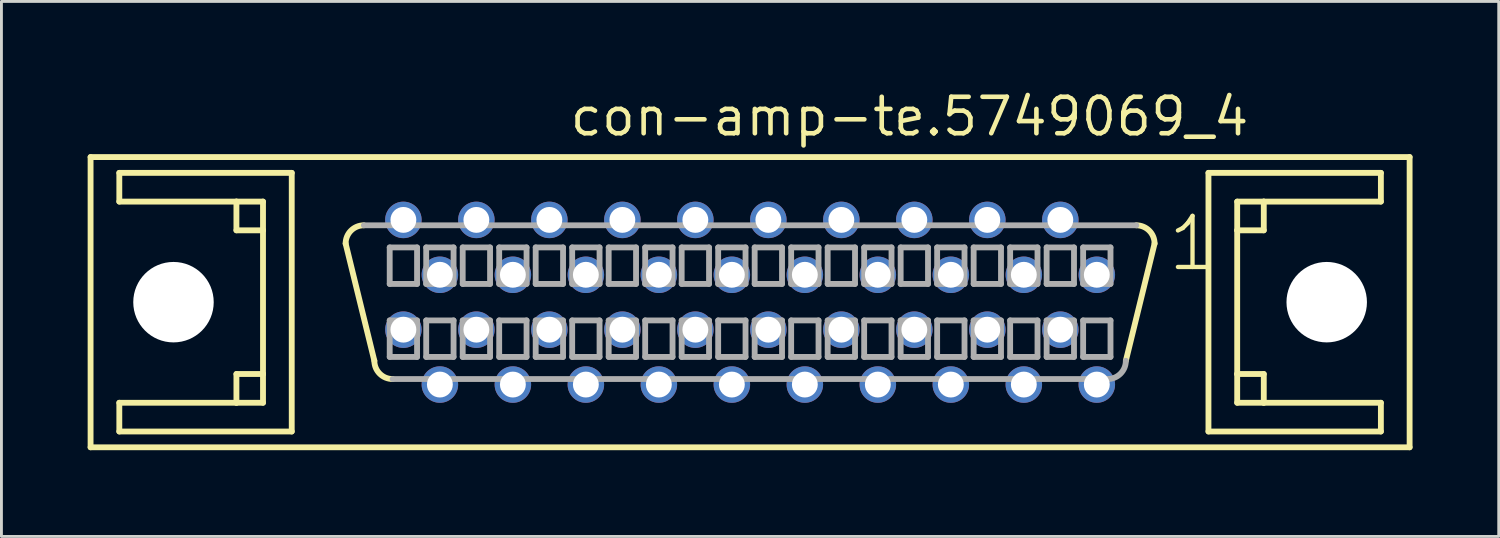
<source format=kicad_pcb>
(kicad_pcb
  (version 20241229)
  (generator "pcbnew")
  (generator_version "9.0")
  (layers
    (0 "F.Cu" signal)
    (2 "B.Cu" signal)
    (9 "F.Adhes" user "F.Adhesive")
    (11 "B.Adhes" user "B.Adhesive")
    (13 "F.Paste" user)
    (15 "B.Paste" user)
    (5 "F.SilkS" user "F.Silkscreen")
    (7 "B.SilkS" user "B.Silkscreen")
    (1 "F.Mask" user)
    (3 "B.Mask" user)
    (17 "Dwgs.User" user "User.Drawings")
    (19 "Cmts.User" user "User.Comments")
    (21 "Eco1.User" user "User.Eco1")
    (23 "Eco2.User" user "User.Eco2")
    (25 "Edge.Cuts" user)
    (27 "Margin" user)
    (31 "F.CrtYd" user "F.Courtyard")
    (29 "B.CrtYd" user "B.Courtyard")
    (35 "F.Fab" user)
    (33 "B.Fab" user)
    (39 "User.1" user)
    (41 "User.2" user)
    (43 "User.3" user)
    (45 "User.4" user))
  (footprint "con-amp-te.5749069_4"
    (layer "F.Cu")
    (at 23.052 7.465)
    (property "Reference" "con-amp-te.5749069_4" (at -6.35 -5.715 0) (layer "F.SilkS") (effects (font (size 1.27 1.27) (thickness 0.16)) (justify left bottom)))
    (attr through_hole)
    (fp_line (start -22.95 -5.05) (end 22.95 -5.05) (stroke (width 0.203) (type default)) (layer "F.SilkS"))
    (fp_line (start -22.95 5.05) (end -22.95 -5.05) (stroke (width 0.203) (type default)) (layer "F.SilkS"))
    (fp_line (start -21.95 -4.5) (end -21.95 -3.5) (stroke (width 0.203) (type default)) (layer "F.SilkS"))
    (fp_line (start -21.95 -3.5) (end -17.875 -3.5) (stroke (width 0.203) (type default)) (layer "F.SilkS"))
    (fp_line (start -21.95 3.5) (end -21.95 4.5) (stroke (width 0.203) (type default)) (layer "F.SilkS"))
    (fp_line (start -21.95 4.5) (end -15.95 4.5) (stroke (width 0.203) (type default)) (layer "F.SilkS"))
    (fp_line (start -17.875 -3.5) (end -17.875 -2.5) (stroke (width 0.203) (type default)) (layer "F.SilkS"))
    (fp_line (start -17.875 -3.5) (end -16.95 -3.5) (stroke (width 0.203) (type default)) (layer "F.SilkS"))
    (fp_line (start -17.875 -2.5) (end -16.95 -2.5) (stroke (width 0.203) (type default)) (layer "F.SilkS"))
    (fp_line (start -17.875 2.5) (end -17.875 3.5) (stroke (width 0.203) (type default)) (layer "F.SilkS"))
    (fp_line (start -17.875 3.5) (end -21.95 3.5) (stroke (width 0.203) (type default)) (layer "F.SilkS"))
    (fp_line (start -16.95 -3.5) (end -16.95 -2.5) (stroke (width 0.203) (type default)) (layer "F.SilkS"))
    (fp_line (start -16.95 -2.5) (end -16.95 2.5) (stroke (width 0.203) (type default)) (layer "F.SilkS"))
    (fp_line (start -16.95 2.5) (end -17.875 2.5) (stroke (width 0.203) (type default)) (layer "F.SilkS"))
    (fp_line (start -16.95 2.5) (end -16.95 3.5) (stroke (width 0.203) (type default)) (layer "F.SilkS"))
    (fp_line (start -16.95 3.5) (end -17.875 3.5) (stroke (width 0.203) (type default)) (layer "F.SilkS"))
    (fp_line (start -15.95 -4.5) (end -21.95 -4.5) (stroke (width 0.203) (type default)) (layer "F.SilkS"))
    (fp_line (start -15.95 4.5) (end -15.95 -4.5) (stroke (width 0.203) (type default)) (layer "F.SilkS"))
    (fp_line (start -13.075 2.04) (end -14.075 -2.04) (stroke (width 0.203) (type default)) (layer "F.SilkS"))
    (fp_line (start 14.075 -2.04) (end 13.075 2.04) (stroke (width 0.203) (type default)) (layer "F.SilkS"))
    (fp_line (start 15.95 -4.5) (end 15.95 4.5) (stroke (width 0.203) (type default)) (layer "F.SilkS"))
    (fp_line (start 15.95 4.5) (end 21.95 4.5) (stroke (width 0.203) (type default)) (layer "F.SilkS"))
    (fp_line (start 16.95 -3.5) (end 17.875 -3.5) (stroke (width 0.203) (type default)) (layer "F.SilkS"))
    (fp_line (start 16.95 -2.5) (end 16.95 -3.5) (stroke (width 0.203) (type default)) (layer "F.SilkS"))
    (fp_line (start 16.95 -2.5) (end 17.875 -2.5) (stroke (width 0.203) (type default)) (layer "F.SilkS"))
    (fp_line (start 16.95 2.5) (end 16.95 -2.5) (stroke (width 0.203) (type default)) (layer "F.SilkS"))
    (fp_line (start 16.95 3.5) (end 16.95 2.5) (stroke (width 0.203) (type default)) (layer "F.SilkS"))
    (fp_line (start 17.875 -3.5) (end 21.95 -3.5) (stroke (width 0.203) (type default)) (layer "F.SilkS"))
    (fp_line (start 17.875 -2.5) (end 17.875 -3.5) (stroke (width 0.203) (type default)) (layer "F.SilkS"))
    (fp_line (start 17.875 2.5) (end 16.95 2.5) (stroke (width 0.203) (type default)) (layer "F.SilkS"))
    (fp_line (start 17.875 3.5) (end 16.95 3.5) (stroke (width 0.203) (type default)) (layer "F.SilkS"))
    (fp_line (start 17.875 3.5) (end 17.875 2.5) (stroke (width 0.203) (type default)) (layer "F.SilkS"))
    (fp_line (start 21.95 -4.5) (end 15.95 -4.5) (stroke (width 0.203) (type default)) (layer "F.SilkS"))
    (fp_line (start 21.95 -3.5) (end 21.95 -4.5) (stroke (width 0.203) (type default)) (layer "F.SilkS"))
    (fp_line (start 21.95 3.5) (end 17.875 3.5) (stroke (width 0.203) (type default)) (layer "F.SilkS"))
    (fp_line (start 21.95 4.5) (end 21.95 3.5) (stroke (width 0.203) (type default)) (layer "F.SilkS"))
    (fp_line (start 22.95 -5.05) (end 22.95 5.05) (stroke (width 0.203) (type default)) (layer "F.SilkS"))
    (fp_line (start 22.95 5.05) (end -22.95 5.05) (stroke (width 0.203) (type default)) (layer "F.SilkS"))
    (fp_arc (start -14.075 -2.04) (mid -13.889013 -2.489013) (end -13.44 -2.675) (stroke (width 0.2032) (type default)) (layer "F.SilkS"))
    (fp_arc (start -12.44 2.675) (mid -12.889013 2.489013) (end -13.075 2.04) (stroke (width 0.2032) (type default)) (layer "F.SilkS"))
    (fp_arc (start 13.44 -2.675) (mid 13.889013 -2.489013) (end 14.075 -2.04) (stroke (width 0.2032) (type default)) (layer "F.SilkS"))
    (fp_line (start -13.44 -2.675) (end 13.44 -2.675) (stroke (width 0.203) (type default)) (layer "F.Fab"))
    (fp_line (start -12.541 -1.905) (end -12.541 -0.635) (stroke (width 0.203) (type default)) (layer "F.Fab"))
    (fp_line (start -12.541 -0.635) (end -11.589 -0.635) (stroke (width 0.203) (type default)) (layer "F.Fab"))
    (fp_line (start -12.541 0.635) (end -12.541 1.905) (stroke (width 0.203) (type default)) (layer "F.Fab"))
    (fp_line (start -12.541 1.905) (end -11.589 1.905) (stroke (width 0.203) (type default)) (layer "F.Fab"))
    (fp_line (start -11.589 -1.905) (end -12.541 -1.905) (stroke (width 0.203) (type default)) (layer "F.Fab"))
    (fp_line (start -11.589 -0.635) (end -11.589 -1.905) (stroke (width 0.203) (type default)) (layer "F.Fab"))
    (fp_line (start -11.589 0.635) (end -12.541 0.635) (stroke (width 0.203) (type default)) (layer "F.Fab"))
    (fp_line (start -11.589 1.905) (end -11.589 0.635) (stroke (width 0.203) (type default)) (layer "F.Fab"))
    (fp_line (start -11.271 -1.905) (end -11.271 -0.635) (stroke (width 0.203) (type default)) (layer "F.Fab"))
    (fp_line (start -11.271 -0.635) (end -10.319 -0.635) (stroke (width 0.203) (type default)) (layer "F.Fab"))
    (fp_line (start -11.271 0.635) (end -11.271 1.905) (stroke (width 0.203) (type default)) (layer "F.Fab"))
    (fp_line (start -11.271 1.905) (end -10.319 1.905) (stroke (width 0.203) (type default)) (layer "F.Fab"))
    (fp_line (start -10.319 -1.905) (end -11.271 -1.905) (stroke (width 0.203) (type default)) (layer "F.Fab"))
    (fp_line (start -10.319 -0.635) (end -10.319 -1.905) (stroke (width 0.203) (type default)) (layer "F.Fab"))
    (fp_line (start -10.319 0.635) (end -11.271 0.635) (stroke (width 0.203) (type default)) (layer "F.Fab"))
    (fp_line (start -10.319 1.905) (end -10.319 0.635) (stroke (width 0.203) (type default)) (layer "F.Fab"))
    (fp_line (start -10.001 -1.905) (end -10.001 -0.635) (stroke (width 0.203) (type default)) (layer "F.Fab"))
    (fp_line (start -10.001 -0.635) (end -9.049 -0.635) (stroke (width 0.203) (type default)) (layer "F.Fab"))
    (fp_line (start -10.001 0.635) (end -10.001 1.905) (stroke (width 0.203) (type default)) (layer "F.Fab"))
    (fp_line (start -10.001 1.905) (end -9.049 1.905) (stroke (width 0.203) (type default)) (layer "F.Fab"))
    (fp_line (start -9.049 -1.905) (end -10.001 -1.905) (stroke (width 0.203) (type default)) (layer "F.Fab"))
    (fp_line (start -9.049 -0.635) (end -9.049 -1.905) (stroke (width 0.203) (type default)) (layer "F.Fab"))
    (fp_line (start -9.049 0.635) (end -10.001 0.635) (stroke (width 0.203) (type default)) (layer "F.Fab"))
    (fp_line (start -9.049 1.905) (end -9.049 0.635) (stroke (width 0.203) (type default)) (layer "F.Fab"))
    (fp_line (start -8.731 -1.905) (end -8.731 -0.635) (stroke (width 0.203) (type default)) (layer "F.Fab"))
    (fp_line (start -8.731 -0.635) (end -7.779 -0.635) (stroke (width 0.203) (type default)) (layer "F.Fab"))
    (fp_line (start -8.731 0.635) (end -8.731 1.905) (stroke (width 0.203) (type default)) (layer "F.Fab"))
    (fp_line (start -8.731 1.905) (end -7.779 1.905) (stroke (width 0.203) (type default)) (layer "F.Fab"))
    (fp_line (start -7.779 -1.905) (end -8.731 -1.905) (stroke (width 0.203) (type default)) (layer "F.Fab"))
    (fp_line (start -7.779 -0.635) (end -7.779 -1.905) (stroke (width 0.203) (type default)) (layer "F.Fab"))
    (fp_line (start -7.779 0.635) (end -8.731 0.635) (stroke (width 0.203) (type default)) (layer "F.Fab"))
    (fp_line (start -7.779 1.905) (end -7.779 0.635) (stroke (width 0.203) (type default)) (layer "F.Fab"))
    (fp_line (start -7.461 -1.905) (end -7.461 -0.635) (stroke (width 0.203) (type default)) (layer "F.Fab"))
    (fp_line (start -7.461 -0.635) (end -6.509 -0.635) (stroke (width 0.203) (type default)) (layer "F.Fab"))
    (fp_line (start -7.461 0.635) (end -7.461 1.905) (stroke (width 0.203) (type default)) (layer "F.Fab"))
    (fp_line (start -7.461 1.905) (end -6.509 1.905) (stroke (width 0.203) (type default)) (layer "F.Fab"))
    (fp_line (start -6.509 -1.905) (end -7.461 -1.905) (stroke (width 0.203) (type default)) (layer "F.Fab"))
    (fp_line (start -6.509 -0.635) (end -6.509 -1.905) (stroke (width 0.203) (type default)) (layer "F.Fab"))
    (fp_line (start -6.509 0.635) (end -7.461 0.635) (stroke (width 0.203) (type default)) (layer "F.Fab"))
    (fp_line (start -6.509 1.905) (end -6.509 0.635) (stroke (width 0.203) (type default)) (layer "F.Fab"))
    (fp_line (start -6.191 -1.905) (end -6.191 -0.635) (stroke (width 0.203) (type default)) (layer "F.Fab"))
    (fp_line (start -6.191 -0.635) (end -5.239 -0.635) (stroke (width 0.203) (type default)) (layer "F.Fab"))
    (fp_line (start -6.191 0.635) (end -6.191 1.905) (stroke (width 0.203) (type default)) (layer "F.Fab"))
    (fp_line (start -6.191 1.905) (end -5.239 1.905) (stroke (width 0.203) (type default)) (layer "F.Fab"))
    (fp_line (start -5.239 -1.905) (end -6.191 -1.905) (stroke (width 0.203) (type default)) (layer "F.Fab"))
    (fp_line (start -5.239 -0.635) (end -5.239 -1.905) (stroke (width 0.203) (type default)) (layer "F.Fab"))
    (fp_line (start -5.239 0.635) (end -6.191 0.635) (stroke (width 0.203) (type default)) (layer "F.Fab"))
    (fp_line (start -5.239 1.905) (end -5.239 0.635) (stroke (width 0.203) (type default)) (layer "F.Fab"))
    (fp_line (start -4.921 -1.905) (end -4.921 -0.635) (stroke (width 0.203) (type default)) (layer "F.Fab"))
    (fp_line (start -4.921 -0.635) (end -3.969 -0.635) (stroke (width 0.203) (type default)) (layer "F.Fab"))
    (fp_line (start -4.921 0.635) (end -4.921 1.905) (stroke (width 0.203) (type default)) (layer "F.Fab"))
    (fp_line (start -4.921 1.905) (end -3.969 1.905) (stroke (width 0.203) (type default)) (layer "F.Fab"))
    (fp_line (start -3.969 -1.905) (end -4.921 -1.905) (stroke (width 0.203) (type default)) (layer "F.Fab"))
    (fp_line (start -3.969 -0.635) (end -3.969 -1.905) (stroke (width 0.203) (type default)) (layer "F.Fab"))
    (fp_line (start -3.969 0.635) (end -4.921 0.635) (stroke (width 0.203) (type default)) (layer "F.Fab"))
    (fp_line (start -3.969 1.905) (end -3.969 0.635) (stroke (width 0.203) (type default)) (layer "F.Fab"))
    (fp_line (start -3.651 -1.905) (end -3.651 -0.635) (stroke (width 0.203) (type default)) (layer "F.Fab"))
    (fp_line (start -3.651 -0.635) (end -2.699 -0.635) (stroke (width 0.203) (type default)) (layer "F.Fab"))
    (fp_line (start -3.651 0.635) (end -3.651 1.905) (stroke (width 0.203) (type default)) (layer "F.Fab"))
    (fp_line (start -3.651 1.905) (end -2.699 1.905) (stroke (width 0.203) (type default)) (layer "F.Fab"))
    (fp_line (start -2.699 -1.905) (end -3.651 -1.905) (stroke (width 0.203) (type default)) (layer "F.Fab"))
    (fp_line (start -2.699 -0.635) (end -2.699 -1.905) (stroke (width 0.203) (type default)) (layer "F.Fab"))
    (fp_line (start -2.699 0.635) (end -3.651 0.635) (stroke (width 0.203) (type default)) (layer "F.Fab"))
    (fp_line (start -2.699 1.905) (end -2.699 0.635) (stroke (width 0.203) (type default)) (layer "F.Fab"))
    (fp_line (start -2.381 -1.905) (end -2.381 -0.635) (stroke (width 0.203) (type default)) (layer "F.Fab"))
    (fp_line (start -2.381 -0.635) (end -1.429 -0.635) (stroke (width 0.203) (type default)) (layer "F.Fab"))
    (fp_line (start -2.381 0.635) (end -2.381 1.905) (stroke (width 0.203) (type default)) (layer "F.Fab"))
    (fp_line (start -2.381 1.905) (end -1.429 1.905) (stroke (width 0.203) (type default)) (layer "F.Fab"))
    (fp_line (start -1.429 -1.905) (end -2.381 -1.905) (stroke (width 0.203) (type default)) (layer "F.Fab"))
    (fp_line (start -1.429 -0.635) (end -1.429 -1.905) (stroke (width 0.203) (type default)) (layer "F.Fab"))
    (fp_line (start -1.429 0.635) (end -2.381 0.635) (stroke (width 0.203) (type default)) (layer "F.Fab"))
    (fp_line (start -1.429 1.905) (end -1.429 0.635) (stroke (width 0.203) (type default)) (layer "F.Fab"))
    (fp_line (start -1.111 -1.905) (end -1.111 -0.635) (stroke (width 0.203) (type default)) (layer "F.Fab"))
    (fp_line (start -1.111 -0.635) (end -0.159 -0.635) (stroke (width 0.203) (type default)) (layer "F.Fab"))
    (fp_line (start -1.111 0.635) (end -1.111 1.905) (stroke (width 0.203) (type default)) (layer "F.Fab"))
    (fp_line (start -1.111 1.905) (end -0.159 1.905) (stroke (width 0.203) (type default)) (layer "F.Fab"))
    (fp_line (start -0.159 -1.905) (end -1.111 -1.905) (stroke (width 0.203) (type default)) (layer "F.Fab"))
    (fp_line (start -0.159 -0.635) (end -0.159 -1.905) (stroke (width 0.203) (type default)) (layer "F.Fab"))
    (fp_line (start -0.159 0.635) (end -1.111 0.635) (stroke (width 0.203) (type default)) (layer "F.Fab"))
    (fp_line (start -0.159 1.905) (end -0.159 0.635) (stroke (width 0.203) (type default)) (layer "F.Fab"))
    (fp_line (start 0.159 -1.905) (end 0.159 -0.635) (stroke (width 0.203) (type default)) (layer "F.Fab"))
    (fp_line (start 0.159 -0.635) (end 1.111 -0.635) (stroke (width 0.203) (type default)) (layer "F.Fab"))
    (fp_line (start 0.159 0.635) (end 0.159 1.905) (stroke (width 0.203) (type default)) (layer "F.Fab"))
    (fp_line (start 0.159 1.905) (end 1.111 1.905) (stroke (width 0.203) (type default)) (layer "F.Fab"))
    (fp_line (start 1.111 -1.905) (end 0.159 -1.905) (stroke (width 0.203) (type default)) (layer "F.Fab"))
    (fp_line (start 1.111 -0.635) (end 1.111 -1.905) (stroke (width 0.203) (type default)) (layer "F.Fab"))
    (fp_line (start 1.111 0.635) (end 0.159 0.635) (stroke (width 0.203) (type default)) (layer "F.Fab"))
    (fp_line (start 1.111 1.905) (end 1.111 0.635) (stroke (width 0.203) (type default)) (layer "F.Fab"))
    (fp_line (start 1.429 -1.905) (end 1.429 -0.635) (stroke (width 0.203) (type default)) (layer "F.Fab"))
    (fp_line (start 1.429 -0.635) (end 2.381 -0.635) (stroke (width 0.203) (type default)) (layer "F.Fab"))
    (fp_line (start 1.429 0.635) (end 1.429 1.905) (stroke (width 0.203) (type default)) (layer "F.Fab"))
    (fp_line (start 1.429 1.905) (end 2.381 1.905) (stroke (width 0.203) (type default)) (layer "F.Fab"))
    (fp_line (start 2.381 -1.905) (end 1.429 -1.905) (stroke (width 0.203) (type default)) (layer "F.Fab"))
    (fp_line (start 2.381 -0.635) (end 2.381 -1.905) (stroke (width 0.203) (type default)) (layer "F.Fab"))
    (fp_line (start 2.381 0.635) (end 1.429 0.635) (stroke (width 0.203) (type default)) (layer "F.Fab"))
    (fp_line (start 2.381 1.905) (end 2.381 0.635) (stroke (width 0.203) (type default)) (layer "F.Fab"))
    (fp_line (start 2.699 -1.905) (end 2.699 -0.635) (stroke (width 0.203) (type default)) (layer "F.Fab"))
    (fp_line (start 2.699 -0.635) (end 3.651 -0.635) (stroke (width 0.203) (type default)) (layer "F.Fab"))
    (fp_line (start 2.699 0.635) (end 2.699 1.905) (stroke (width 0.203) (type default)) (layer "F.Fab"))
    (fp_line (start 2.699 1.905) (end 3.651 1.905) (stroke (width 0.203) (type default)) (layer "F.Fab"))
    (fp_line (start 3.651 -1.905) (end 2.699 -1.905) (stroke (width 0.203) (type default)) (layer "F.Fab"))
    (fp_line (start 3.651 -0.635) (end 3.651 -1.905) (stroke (width 0.203) (type default)) (layer "F.Fab"))
    (fp_line (start 3.651 0.635) (end 2.699 0.635) (stroke (width 0.203) (type default)) (layer "F.Fab"))
    (fp_line (start 3.651 1.905) (end 3.651 0.635) (stroke (width 0.203) (type default)) (layer "F.Fab"))
    (fp_line (start 3.969 -1.905) (end 3.969 -0.635) (stroke (width 0.203) (type default)) (layer "F.Fab"))
    (fp_line (start 3.969 -0.635) (end 4.921 -0.635) (stroke (width 0.203) (type default)) (layer "F.Fab"))
    (fp_line (start 3.969 0.635) (end 3.969 1.905) (stroke (width 0.203) (type default)) (layer "F.Fab"))
    (fp_line (start 3.969 1.905) (end 4.921 1.905) (stroke (width 0.203) (type default)) (layer "F.Fab"))
    (fp_line (start 4.921 -1.905) (end 3.969 -1.905) (stroke (width 0.203) (type default)) (layer "F.Fab"))
    (fp_line (start 4.921 -0.635) (end 4.921 -1.905) (stroke (width 0.203) (type default)) (layer "F.Fab"))
    (fp_line (start 4.921 0.635) (end 3.969 0.635) (stroke (width 0.203) (type default)) (layer "F.Fab"))
    (fp_line (start 4.921 1.905) (end 4.921 0.635) (stroke (width 0.203) (type default)) (layer "F.Fab"))
    (fp_line (start 5.239 -1.905) (end 5.239 -0.635) (stroke (width 0.203) (type default)) (layer "F.Fab"))
    (fp_line (start 5.239 -0.635) (end 6.191 -0.635) (stroke (width 0.203) (type default)) (layer "F.Fab"))
    (fp_line (start 5.239 0.635) (end 5.239 1.905) (stroke (width 0.203) (type default)) (layer "F.Fab"))
    (fp_line (start 5.239 1.905) (end 6.191 1.905) (stroke (width 0.203) (type default)) (layer "F.Fab"))
    (fp_line (start 6.191 -1.905) (end 5.239 -1.905) (stroke (width 0.203) (type default)) (layer "F.Fab"))
    (fp_line (start 6.191 -0.635) (end 6.191 -1.905) (stroke (width 0.203) (type default)) (layer "F.Fab"))
    (fp_line (start 6.191 0.635) (end 5.239 0.635) (stroke (width 0.203) (type default)) (layer "F.Fab"))
    (fp_line (start 6.191 1.905) (end 6.191 0.635) (stroke (width 0.203) (type default)) (layer "F.Fab"))
    (fp_line (start 6.509 -1.905) (end 6.509 -0.635) (stroke (width 0.203) (type default)) (layer "F.Fab"))
    (fp_line (start 6.509 -0.635) (end 7.461 -0.635) (stroke (width 0.203) (type default)) (layer "F.Fab"))
    (fp_line (start 6.509 0.635) (end 6.509 1.905) (stroke (width 0.203) (type default)) (layer "F.Fab"))
    (fp_line (start 6.509 1.905) (end 7.461 1.905) (stroke (width 0.203) (type default)) (layer "F.Fab"))
    (fp_line (start 7.461 -1.905) (end 6.509 -1.905) (stroke (width 0.203) (type default)) (layer "F.Fab"))
    (fp_line (start 7.461 -0.635) (end 7.461 -1.905) (stroke (width 0.203) (type default)) (layer "F.Fab"))
    (fp_line (start 7.461 0.635) (end 6.509 0.635) (stroke (width 0.203) (type default)) (layer "F.Fab"))
    (fp_line (start 7.461 1.905) (end 7.461 0.635) (stroke (width 0.203) (type default)) (layer "F.Fab"))
    (fp_line (start 7.779 -1.905) (end 7.779 -0.635) (stroke (width 0.203) (type default)) (layer "F.Fab"))
    (fp_line (start 7.779 -0.635) (end 8.731 -0.635) (stroke (width 0.203) (type default)) (layer "F.Fab"))
    (fp_line (start 7.779 0.635) (end 7.779 1.905) (stroke (width 0.203) (type default)) (layer "F.Fab"))
    (fp_line (start 7.779 1.905) (end 8.731 1.905) (stroke (width 0.203) (type default)) (layer "F.Fab"))
    (fp_line (start 8.731 -1.905) (end 7.779 -1.905) (stroke (width 0.203) (type default)) (layer "F.Fab"))
    (fp_line (start 8.731 -0.635) (end 8.731 -1.905) (stroke (width 0.203) (type default)) (layer "F.Fab"))
    (fp_line (start 8.731 0.635) (end 7.779 0.635) (stroke (width 0.203) (type default)) (layer "F.Fab"))
    (fp_line (start 8.731 1.905) (end 8.731 0.635) (stroke (width 0.203) (type default)) (layer "F.Fab"))
    (fp_line (start 9.049 -1.905) (end 9.049 -0.635) (stroke (width 0.203) (type default)) (layer "F.Fab"))
    (fp_line (start 9.049 -0.635) (end 10.001 -0.635) (stroke (width 0.203) (type default)) (layer "F.Fab"))
    (fp_line (start 9.049 0.635) (end 9.049 1.905) (stroke (width 0.203) (type default)) (layer "F.Fab"))
    (fp_line (start 9.049 1.905) (end 10.001 1.905) (stroke (width 0.203) (type default)) (layer "F.Fab"))
    (fp_line (start 10.001 -1.905) (end 9.049 -1.905) (stroke (width 0.203) (type default)) (layer "F.Fab"))
    (fp_line (start 10.001 -0.635) (end 10.001 -1.905) (stroke (width 0.203) (type default)) (layer "F.Fab"))
    (fp_line (start 10.001 0.635) (end 9.049 0.635) (stroke (width 0.203) (type default)) (layer "F.Fab"))
    (fp_line (start 10.001 1.905) (end 10.001 0.635) (stroke (width 0.203) (type default)) (layer "F.Fab"))
    (fp_line (start 10.319 -1.905) (end 10.319 -0.635) (stroke (width 0.203) (type default)) (layer "F.Fab"))
    (fp_line (start 10.319 -0.635) (end 11.271 -0.635) (stroke (width 0.203) (type default)) (layer "F.Fab"))
    (fp_line (start 10.319 0.635) (end 10.319 1.905) (stroke (width 0.203) (type default)) (layer "F.Fab"))
    (fp_line (start 10.319 1.905) (end 11.271 1.905) (stroke (width 0.203) (type default)) (layer "F.Fab"))
    (fp_line (start 11.271 -1.905) (end 10.319 -1.905) (stroke (width 0.203) (type default)) (layer "F.Fab"))
    (fp_line (start 11.271 -0.635) (end 11.271 -1.905) (stroke (width 0.203) (type default)) (layer "F.Fab"))
    (fp_line (start 11.271 0.635) (end 10.319 0.635) (stroke (width 0.203) (type default)) (layer "F.Fab"))
    (fp_line (start 11.271 1.905) (end 11.271 0.635) (stroke (width 0.203) (type default)) (layer "F.Fab"))
    (fp_line (start 11.589 -1.905) (end 11.589 -0.635) (stroke (width 0.203) (type default)) (layer "F.Fab"))
    (fp_line (start 11.589 -0.635) (end 12.541 -0.635) (stroke (width 0.203) (type default)) (layer "F.Fab"))
    (fp_line (start 11.589 0.635) (end 11.589 1.905) (stroke (width 0.203) (type default)) (layer "F.Fab"))
    (fp_line (start 11.589 1.905) (end 12.541 1.905) (stroke (width 0.203) (type default)) (layer "F.Fab"))
    (fp_line (start 12.44 2.675) (end -12.44 2.675) (stroke (width 0.203) (type default)) (layer "F.Fab"))
    (fp_line (start 12.541 -1.905) (end 11.589 -1.905) (stroke (width 0.203) (type default)) (layer "F.Fab"))
    (fp_line (start 12.541 -0.635) (end 12.541 -1.905) (stroke (width 0.203) (type default)) (layer "F.Fab"))
    (fp_line (start 12.541 0.635) (end 11.589 0.635) (stroke (width 0.203) (type default)) (layer "F.Fab"))
    (fp_line (start 12.541 1.905) (end 12.541 0.635) (stroke (width 0.203) (type default)) (layer "F.Fab"))
    (fp_arc (start 13.075 2.04) (mid 12.889013 2.489013) (end 12.44 2.675) (stroke (width 0.2032) (type default)) (layer "F.Fab"))
    (fp_text user "1" (at 14.45 -1 0) (layer "F.SilkS") (effects (font (size 1.778 1.778) (thickness 0.15)) (justify left bottom)))
    (pad "" np_thru_hole circle (at -20.065 0) (size 2.8 2.8) (drill 2.8) (layers "*.Cu" "*.Mask"))
    (pad "" np_thru_hole circle (at 20.065 0) (size 2.8 2.8) (drill 2.8) (layers "*.Cu" "*.Mask"))
    (pad "1" thru_hole circle (at 12.065 -0.953) (size 1.27 1.27) (drill 0.9) (layers "*.Cu" "*.Mask"))
    (pad "2" thru_hole circle (at 10.795 -2.863) (size 1.27 1.27) (drill 0.9) (layers "*.Cu" "*.Mask"))
    (pad "3" thru_hole circle (at 9.525 -0.953) (size 1.27 1.27) (drill 0.9) (layers "*.Cu" "*.Mask"))
    (pad "4" thru_hole circle (at 8.255 -2.863) (size 1.27 1.27) (drill 0.9) (layers "*.Cu" "*.Mask"))
    (pad "5" thru_hole circle (at 6.985 -0.953) (size 1.27 1.27) (drill 0.9) (layers "*.Cu" "*.Mask"))
    (pad "6" thru_hole circle (at 5.715 -2.863) (size 1.27 1.27) (drill 0.9) (layers "*.Cu" "*.Mask"))
    (pad "7" thru_hole circle (at 4.445 -0.953) (size 1.27 1.27) (drill 0.9) (layers "*.Cu" "*.Mask"))
    (pad "8" thru_hole circle (at 3.175 -2.863) (size 1.27 1.27) (drill 0.9) (layers "*.Cu" "*.Mask"))
    (pad "9" thru_hole circle (at 1.905 -0.953) (size 1.27 1.27) (drill 0.9) (layers "*.Cu" "*.Mask"))
    (pad "10" thru_hole circle (at 0.635 -2.863) (size 1.27 1.27) (drill 0.9) (layers "*.Cu" "*.Mask"))
    (pad "11" thru_hole circle (at -0.635 -0.953) (size 1.27 1.27) (drill 0.9) (layers "*.Cu" "*.Mask"))
    (pad "12" thru_hole circle (at -1.905 -2.863) (size 1.27 1.27) (drill 0.9) (layers "*.Cu" "*.Mask"))
    (pad "13" thru_hole circle (at -3.175 -0.953) (size 1.27 1.27) (drill 0.9) (layers "*.Cu" "*.Mask"))
    (pad "14" thru_hole circle (at -4.445 -2.863) (size 1.27 1.27) (drill 0.9) (layers "*.Cu" "*.Mask"))
    (pad "15" thru_hole circle (at -5.715 -0.953) (size 1.27 1.27) (drill 0.9) (layers "*.Cu" "*.Mask"))
    (pad "16" thru_hole circle (at -6.985 -2.863) (size 1.27 1.27) (drill 0.9) (layers "*.Cu" "*.Mask"))
    (pad "17" thru_hole circle (at -8.255 -0.953) (size 1.27 1.27) (drill 0.9) (layers "*.Cu" "*.Mask"))
    (pad "18" thru_hole circle (at -9.525 -2.863) (size 1.27 1.27) (drill 0.9) (layers "*.Cu" "*.Mask"))
    (pad "19" thru_hole circle (at -10.795 -0.953) (size 1.27 1.27) (drill 0.9) (layers "*.Cu" "*.Mask"))
    (pad "20" thru_hole circle (at -12.065 -2.863) (size 1.27 1.27) (drill 0.9) (layers "*.Cu" "*.Mask"))
    (pad "21" thru_hole circle (at 12.065 2.867) (size 1.27 1.27) (drill 0.9) (layers "*.Cu" "*.Mask"))
    (pad "22" thru_hole circle (at 10.795 0.957) (size 1.27 1.27) (drill 0.9) (layers "*.Cu" "*.Mask"))
    (pad "23" thru_hole circle (at 9.525 2.867) (size 1.27 1.27) (drill 0.9) (layers "*.Cu" "*.Mask"))
    (pad "24" thru_hole circle (at 8.255 0.957) (size 1.27 1.27) (drill 0.9) (layers "*.Cu" "*.Mask"))
    (pad "25" thru_hole circle (at 6.985 2.867) (size 1.27 1.27) (drill 0.9) (layers "*.Cu" "*.Mask"))
    (pad "26" thru_hole circle (at 5.715 0.957) (size 1.27 1.27) (drill 0.9) (layers "*.Cu" "*.Mask"))
    (pad "27" thru_hole circle (at 4.445 2.867) (size 1.27 1.27) (drill 0.9) (layers "*.Cu" "*.Mask"))
    (pad "28" thru_hole circle (at 3.175 0.957) (size 1.27 1.27) (drill 0.9) (layers "*.Cu" "*.Mask"))
    (pad "29" thru_hole circle (at 1.905 2.867) (size 1.27 1.27) (drill 0.9) (layers "*.Cu" "*.Mask"))
    (pad "30" thru_hole circle (at 0.635 0.957) (size 1.27 1.27) (drill 0.9) (layers "*.Cu" "*.Mask"))
    (pad "31" thru_hole circle (at -0.635 2.867) (size 1.27 1.27) (drill 0.9) (layers "*.Cu" "*.Mask"))
    (pad "32" thru_hole circle (at -1.905 0.957) (size 1.27 1.27) (drill 0.9) (layers "*.Cu" "*.Mask"))
    (pad "33" thru_hole circle (at -3.175 2.867) (size 1.27 1.27) (drill 0.9) (layers "*.Cu" "*.Mask"))
    (pad "34" thru_hole circle (at -4.445 0.957) (size 1.27 1.27) (drill 0.9) (layers "*.Cu" "*.Mask"))
    (pad "35" thru_hole circle (at -5.715 2.867) (size 1.27 1.27) (drill 0.9) (layers "*.Cu" "*.Mask"))
    (pad "36" thru_hole circle (at -6.985 0.957) (size 1.27 1.27) (drill 0.9) (layers "*.Cu" "*.Mask"))
    (pad "37" thru_hole circle (at -8.255 2.867) (size 1.27 1.27) (drill 0.9) (layers "*.Cu" "*.Mask"))
    (pad "38" thru_hole circle (at -9.525 0.957) (size 1.27 1.27) (drill 0.9) (layers "*.Cu" "*.Mask"))
    (pad "39" thru_hole circle (at -10.795 2.867) (size 1.27 1.27) (drill 0.9) (layers "*.Cu" "*.Mask"))
    (pad "40" thru_hole circle (at -12.065 0.957) (size 1.27 1.27) (drill 0.9) (layers "*.Cu" "*.Mask")))
  (gr_rect
    (start -3 -3)
    (end 49.103 15.617)
    (stroke (width 0.1) (type default))
    (fill no)
    (layer "Edge.Cuts")))
</source>
